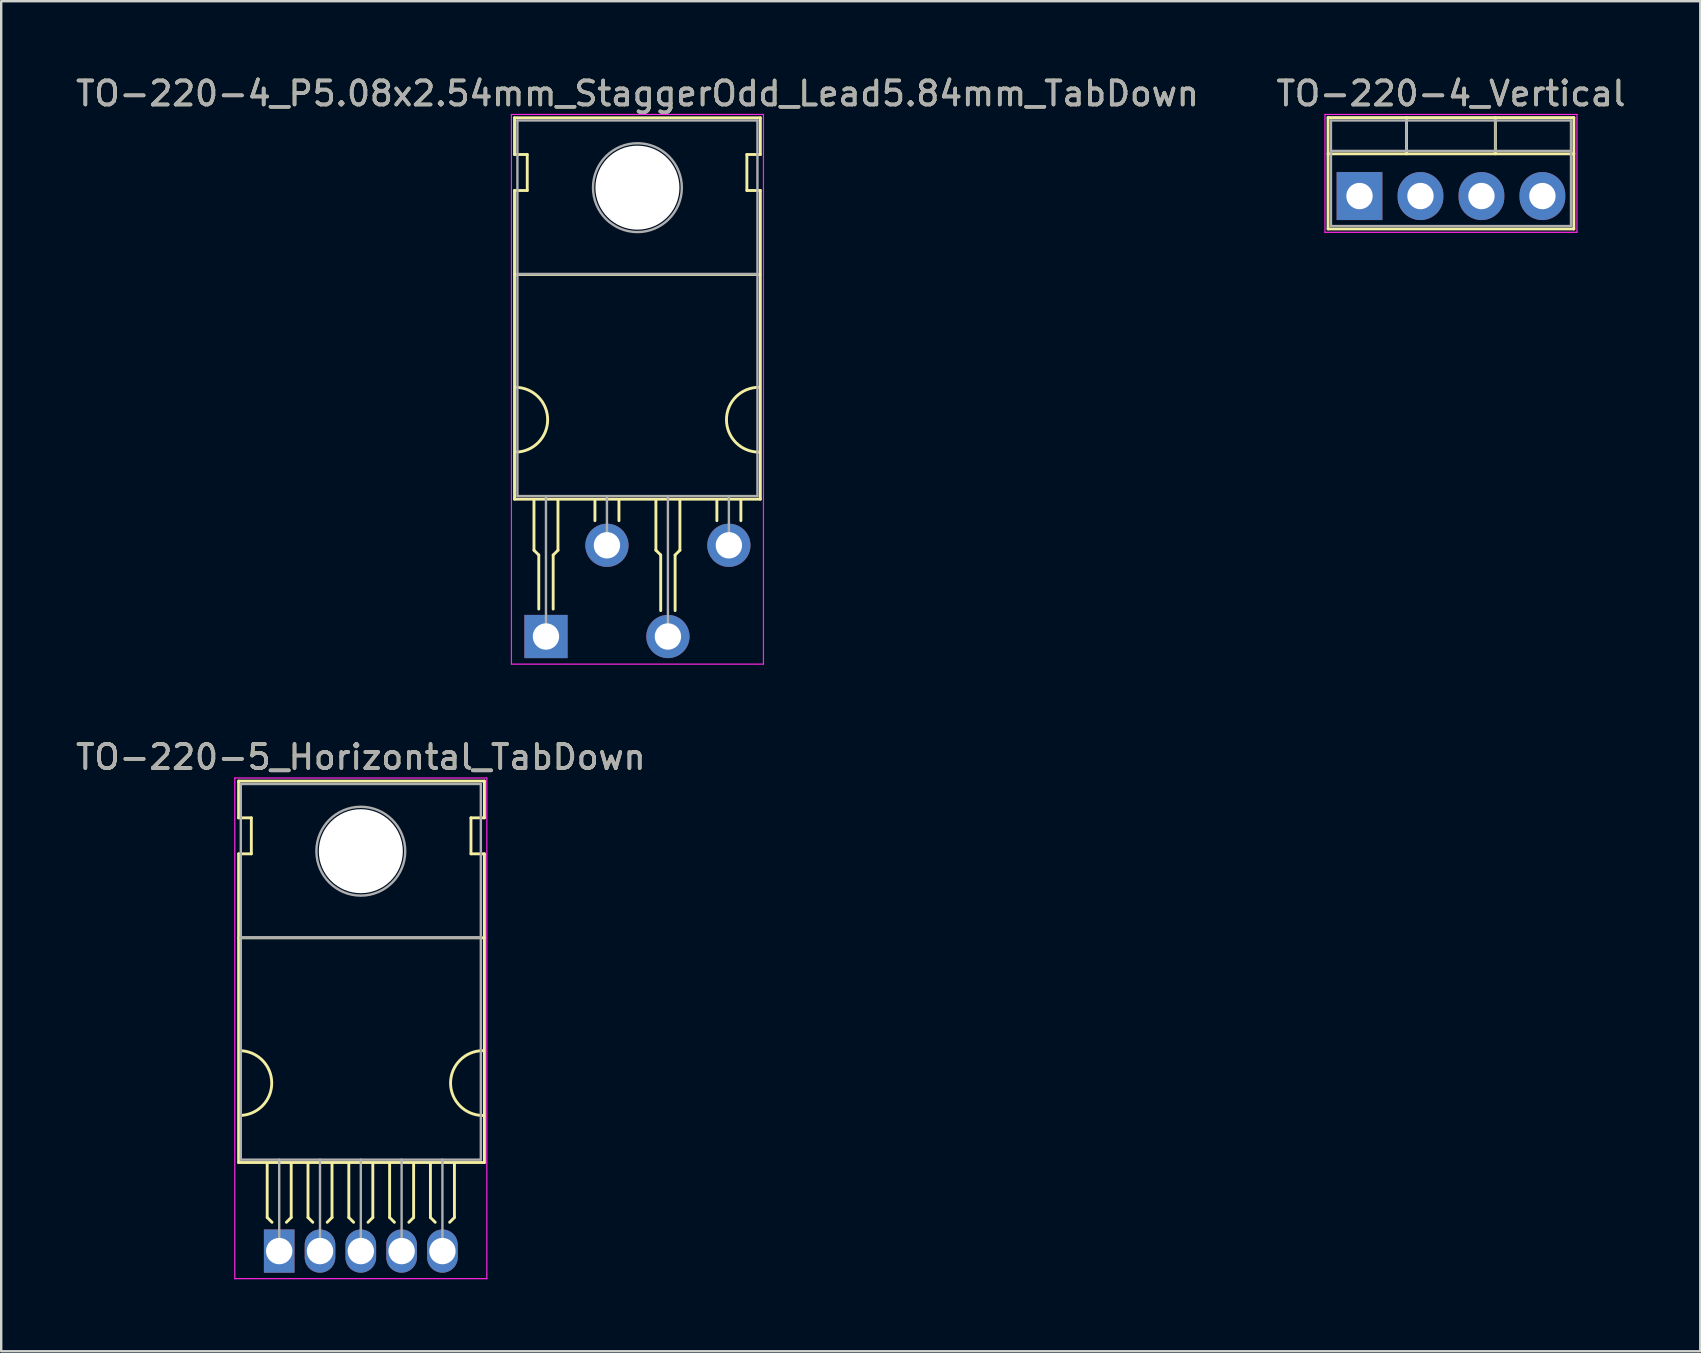
<source format=kicad_pcb>
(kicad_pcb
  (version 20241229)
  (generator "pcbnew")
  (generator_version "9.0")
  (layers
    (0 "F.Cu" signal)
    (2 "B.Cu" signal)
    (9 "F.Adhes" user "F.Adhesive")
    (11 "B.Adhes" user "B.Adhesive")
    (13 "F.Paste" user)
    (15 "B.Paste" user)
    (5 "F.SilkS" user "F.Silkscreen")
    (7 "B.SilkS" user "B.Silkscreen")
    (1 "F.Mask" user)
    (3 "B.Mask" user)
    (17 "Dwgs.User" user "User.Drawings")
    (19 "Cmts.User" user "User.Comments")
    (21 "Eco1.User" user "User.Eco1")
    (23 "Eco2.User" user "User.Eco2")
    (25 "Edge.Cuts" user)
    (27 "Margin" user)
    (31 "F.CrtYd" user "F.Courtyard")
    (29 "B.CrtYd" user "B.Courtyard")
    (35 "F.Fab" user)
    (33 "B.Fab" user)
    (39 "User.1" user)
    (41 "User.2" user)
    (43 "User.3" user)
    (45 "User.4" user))
  (footprint "TO-220-5_Horizontal_TabDown"
    (layer "F.Cu")
    (at 8.582 49.072)
    (property "Reference" "TO-220-5_Horizontal_TabDown" (at 3.4 -20.58 0) (layer "F.SilkS") (effects (font (size 1 1) (thickness 0.15))))
    (attr through_hole)
    (fp_line (start -1.691 -19.58) (end -1.691 -18.05) (stroke (width 0.12) (type solid)) (layer "F.SilkS"))
    (fp_line (start -1.691 -19.58) (end 8.549 -19.58) (stroke (width 0.12) (type solid)) (layer "F.SilkS"))
    (fp_line (start -1.691 -18.05) (end -1.161 -18.05) (stroke (width 0.12) (type solid)) (layer "F.SilkS"))
    (fp_line (start -1.691 -16.55) (end -1.691 -3.69) (stroke (width 0.12) (type solid)) (layer "F.SilkS"))
    (fp_line (start -1.691 -3.69) (end 8.549 -3.69) (stroke (width 0.12) (type solid)) (layer "F.SilkS"))
    (fp_line (start -1.686 -13.05) (end 8.539 -13.05) (stroke (width 0.12) (type solid)) (layer "F.SilkS"))
    (fp_line (start -1.161 -18.05) (end -1.161 -16.55) (stroke (width 0.12) (type solid)) (layer "F.SilkS"))
    (fp_line (start -1.161 -16.55) (end -1.686 -16.55) (stroke (width 0.12) (type solid)) (layer "F.SilkS"))
    (fp_line (start -0.5 -3.65) (end -0.5 -1.4) (stroke (width 0.12) (type solid)) (layer "F.SilkS"))
    (fp_line (start -0.5 -1.4) (end -0.3 -1.2) (stroke (width 0.12) (type solid)) (layer "F.SilkS"))
    (fp_line (start 0.5 -3.65) (end 0.5 -1.4) (stroke (width 0.12) (type solid)) (layer "F.SilkS"))
    (fp_line (start 0.5 -1.4) (end 0.3 -1.2) (stroke (width 0.12) (type solid)) (layer "F.SilkS"))
    (fp_line (start 1.2 -3.65) (end 1.2 -1.4) (stroke (width 0.12) (type solid)) (layer "F.SilkS"))
    (fp_line (start 1.2 -1.4) (end 1.4 -1.2) (stroke (width 0.12) (type solid)) (layer "F.SilkS"))
    (fp_line (start 2.2 -3.65) (end 2.2 -1.4) (stroke (width 0.12) (type solid)) (layer "F.SilkS"))
    (fp_line (start 2.2 -1.4) (end 2 -1.2) (stroke (width 0.12) (type solid)) (layer "F.SilkS"))
    (fp_line (start 2.9 -3.65) (end 2.9 -1.4) (stroke (width 0.12) (type solid)) (layer "F.SilkS"))
    (fp_line (start 2.9 -1.4) (end 3.1 -1.2) (stroke (width 0.12) (type solid)) (layer "F.SilkS"))
    (fp_line (start 3.9 -3.65) (end 3.9 -1.4) (stroke (width 0.12) (type solid)) (layer "F.SilkS"))
    (fp_line (start 3.9 -1.4) (end 3.7 -1.2) (stroke (width 0.12) (type solid)) (layer "F.SilkS"))
    (fp_line (start 4.6 -3.65) (end 4.6 -1.4) (stroke (width 0.12) (type solid)) (layer "F.SilkS"))
    (fp_line (start 4.6 -1.4) (end 4.8 -1.2) (stroke (width 0.12) (type solid)) (layer "F.SilkS"))
    (fp_line (start 5.6 -3.65) (end 5.6 -1.4) (stroke (width 0.12) (type solid)) (layer "F.SilkS"))
    (fp_line (start 5.6 -1.4) (end 5.4 -1.2) (stroke (width 0.12) (type solid)) (layer "F.SilkS"))
    (fp_line (start 6.3 -3.65) (end 6.3 -1.4) (stroke (width 0.12) (type solid)) (layer "F.SilkS"))
    (fp_line (start 6.3 -1.4) (end 6.5 -1.2) (stroke (width 0.12) (type solid)) (layer "F.SilkS"))
    (fp_line (start 7.3 -3.65) (end 7.3 -1.4) (stroke (width 0.12) (type solid)) (layer "F.SilkS"))
    (fp_line (start 7.3 -1.4) (end 7.1 -1.2) (stroke (width 0.12) (type solid)) (layer "F.SilkS"))
    (fp_line (start 7.989 -18.05) (end 8.549 -18.05) (stroke (width 0.12) (type solid)) (layer "F.SilkS"))
    (fp_line (start 7.989 -16.55) (end 7.989 -18.05) (stroke (width 0.12) (type solid)) (layer "F.SilkS"))
    (fp_line (start 8.549 -19.58) (end 8.549 -18.05) (stroke (width 0.12) (type solid)) (layer "F.SilkS"))
    (fp_line (start 8.549 -16.55) (end 7.989 -16.55) (stroke (width 0.12) (type solid)) (layer "F.SilkS"))
    (fp_line (start 8.549 -16.55) (end 8.549 -3.69) (stroke (width 0.12) (type solid)) (layer "F.SilkS"))
    (fp_arc (start -1.661 -8.35) (mid -0.311 -7) (end -1.661 -5.65) (stroke (width 0.12) (type solid)) (layer "F.SilkS"))
    (fp_arc (start 8.489 -5.65) (mid 7.139 -7) (end 8.489 -8.35) (stroke (width 0.12) (type solid)) (layer "F.SilkS"))
    (fp_line (start -1.85 -19.71) (end -1.85 1.15) (stroke (width 0.05) (type solid)) (layer "F.CrtYd"))
    (fp_line (start -1.85 1.15) (end 8.65 1.15) (stroke (width 0.05) (type solid)) (layer "F.CrtYd"))
    (fp_line (start 8.65 -19.71) (end -1.85 -19.71) (stroke (width 0.05) (type solid)) (layer "F.CrtYd"))
    (fp_line (start 8.65 1.15) (end 8.65 -19.71) (stroke (width 0.05) (type solid)) (layer "F.CrtYd"))
    (fp_line (start -1.6 -19.46) (end 8.4 -19.46) (stroke (width 0.1) (type solid)) (layer "F.Fab"))
    (fp_line (start -1.6 -13.06) (end -1.6 -19.46) (stroke (width 0.1) (type solid)) (layer "F.Fab"))
    (fp_line (start -1.6 -13.06) (end 8.4 -13.06) (stroke (width 0.1) (type solid)) (layer "F.Fab"))
    (fp_line (start -1.6 -3.81) (end -1.6 -13.06) (stroke (width 0.1) (type solid)) (layer "F.Fab"))
    (fp_line (start 0 -3.81) (end 0 0) (stroke (width 0.1) (type solid)) (layer "F.Fab"))
    (fp_line (start 1.7 -3.81) (end 1.7 0) (stroke (width 0.1) (type solid)) (layer "F.Fab"))
    (fp_line (start 3.4 -3.81) (end 3.4 0) (stroke (width 0.1) (type solid)) (layer "F.Fab"))
    (fp_line (start 5.1 -3.81) (end 5.1 0) (stroke (width 0.1) (type solid)) (layer "F.Fab"))
    (fp_line (start 6.8 -3.81) (end 6.8 0) (stroke (width 0.1) (type solid)) (layer "F.Fab"))
    (fp_line (start 8.4 -19.46) (end 8.4 -13.06) (stroke (width 0.1) (type solid)) (layer "F.Fab"))
    (fp_line (start 8.4 -13.06) (end -1.6 -13.06) (stroke (width 0.1) (type solid)) (layer "F.Fab"))
    (fp_line (start 8.4 -13.06) (end 8.4 -3.81) (stroke (width 0.1) (type solid)) (layer "F.Fab"))
    (fp_line (start 8.4 -3.81) (end -1.6 -3.81) (stroke (width 0.1) (type solid)) (layer "F.Fab"))
    (fp_circle (center 3.4 -16.66) (end 5.25 -16.66) (stroke (width 0.1) (type solid)) (fill no) (layer "F.Fab"))
    (fp_text user "${REFERENCE}" (at 3.4 -20.58 0) (layer "F.Fab") (effects (font (size 1 1) (thickness 0.15))))
    (pad "" np_thru_hole oval (at 3.4 -16.66) (size 3.5 3.5) (drill 3.5) (layers "*.Cu" "*.Mask"))
    (pad "1" thru_hole rect (at 0 0) (size 1.275 1.8) (drill 1.1) (layers "*.Cu" "*.Mask"))
    (pad "2" thru_hole oval (at 1.7 0) (size 1.275 1.8) (drill 1.1) (layers "*.Cu" "*.Mask"))
    (pad "3" thru_hole oval (at 3.4 0) (size 1.275 1.8) (drill 1.1) (layers "*.Cu" "*.Mask"))
    (pad "4" thru_hole oval (at 5.1 0) (size 1.275 1.8) (drill 1.1) (layers "*.Cu" "*.Mask"))
    (pad "5" thru_hole oval (at 6.8 0) (size 1.275 1.8) (drill 1.1) (layers "*.Cu" "*.Mask")))
  (footprint "TO-220-4_Vertical"
    (layer "F.Cu")
    (at 53.589 5.118)
    (property "Reference" "TO-220-4_Vertical" (at 3.81 -4.27 0) (layer "F.SilkS") (effects (font (size 1 1) (thickness 0.15))))
    (attr through_hole)
    (fp_line (start -1.31 -3.27) (end -1.31 1.371) (stroke (width 0.12) (type solid)) (layer "F.SilkS"))
    (fp_line (start -1.31 -3.27) (end 8.93 -3.27) (stroke (width 0.12) (type solid)) (layer "F.SilkS"))
    (fp_line (start -1.31 -1.76) (end 8.93 -1.76) (stroke (width 0.12) (type solid)) (layer "F.SilkS"))
    (fp_line (start -1.31 1.371) (end 8.93 1.371) (stroke (width 0.12) (type solid)) (layer "F.SilkS"))
    (fp_line (start 1.96 -3.27) (end 1.96 -1.76) (stroke (width 0.12) (type solid)) (layer "F.SilkS"))
    (fp_line (start 5.66 -3.27) (end 5.66 -1.76) (stroke (width 0.12) (type solid)) (layer "F.SilkS"))
    (fp_line (start 8.93 -3.27) (end 8.93 1.371) (stroke (width 0.12) (type solid)) (layer "F.SilkS"))
    (fp_line (start -1.44 -3.4) (end -1.44 1.51) (stroke (width 0.05) (type solid)) (layer "F.CrtYd"))
    (fp_line (start -1.44 1.51) (end 9.06 1.51) (stroke (width 0.05) (type solid)) (layer "F.CrtYd"))
    (fp_line (start 9.06 -3.4) (end -1.44 -3.4) (stroke (width 0.05) (type solid)) (layer "F.CrtYd"))
    (fp_line (start 9.06 1.51) (end 9.06 -3.4) (stroke (width 0.05) (type solid)) (layer "F.CrtYd"))
    (fp_line (start -1.19 -3.15) (end -1.19 1.25) (stroke (width 0.1) (type solid)) (layer "F.Fab"))
    (fp_line (start -1.19 -1.88) (end 8.81 -1.88) (stroke (width 0.1) (type solid)) (layer "F.Fab"))
    (fp_line (start -1.19 1.25) (end 8.81 1.25) (stroke (width 0.1) (type solid)) (layer "F.Fab"))
    (fp_line (start 1.96 -3.15) (end 1.96 -1.88) (stroke (width 0.1) (type solid)) (layer "F.Fab"))
    (fp_line (start 5.66 -3.15) (end 5.66 -1.88) (stroke (width 0.1) (type solid)) (layer "F.Fab"))
    (fp_line (start 8.81 -3.15) (end -1.19 -3.15) (stroke (width 0.1) (type solid)) (layer "F.Fab"))
    (fp_line (start 8.81 1.25) (end 8.81 -3.15) (stroke (width 0.1) (type solid)) (layer "F.Fab"))
    (fp_text user "${REFERENCE}" (at 3.81 -4.27 0) (layer "F.Fab") (effects (font (size 1 1) (thickness 0.15))))
    (pad "1" thru_hole rect (at 0 0) (size 1.905 2) (drill 1.1) (layers "*.Cu" "*.Mask"))
    (pad "2" thru_hole oval (at 2.54 0) (size 1.905 2) (drill 1.1) (layers "*.Cu" "*.Mask"))
    (pad "3" thru_hole oval (at 5.08 0) (size 1.905 2) (drill 1.1) (layers "*.Cu" "*.Mask"))
    (pad "4" thru_hole oval (at 7.62 0) (size 1.905 2) (drill 1.1) (layers "*.Cu" "*.Mask")))
  (footprint "TO-220-4_P5.08x2.54mm_StaggerOdd_Lead5.84mm_TabDown"
    (layer "F.Cu")
    (at 19.696 23.468)
    (property "Reference" "TO-220-4_P5.08x2.54mm_StaggerOdd_Lead5.84mm_TabDown" (at 3.81 -22.62 0) (layer "F.SilkS") (effects (font (size 1 1) (thickness 0.15))))
    (attr through_hole)
    (fp_line (start -1.31 -21.612) (end -1.31 -20.082) (stroke (width 0.12) (type solid)) (layer "F.SilkS"))
    (fp_line (start -1.31 -21.612) (end 8.93 -21.612) (stroke (width 0.12) (type solid)) (layer "F.SilkS"))
    (fp_line (start -1.31 -20.082) (end -0.78 -20.082) (stroke (width 0.12) (type solid)) (layer "F.SilkS"))
    (fp_line (start -1.31 -18.582) (end -1.31 -5.722) (stroke (width 0.12) (type solid)) (layer "F.SilkS"))
    (fp_line (start -1.31 -5.722) (end 8.93 -5.722) (stroke (width 0.12) (type solid)) (layer "F.SilkS"))
    (fp_line (start -1.305 -15.082) (end 8.92 -15.082) (stroke (width 0.12) (type solid)) (layer "F.SilkS"))
    (fp_line (start -0.78 -20.082) (end -0.78 -18.582) (stroke (width 0.12) (type solid)) (layer "F.SilkS"))
    (fp_line (start -0.78 -18.582) (end -1.305 -18.582) (stroke (width 0.12) (type solid)) (layer "F.SilkS"))
    (fp_line (start -0.5 -5.696) (end -0.5 -3.595) (stroke (width 0.12) (type solid)) (layer "F.SilkS"))
    (fp_line (start -0.5 -3.595) (end -0.3 -3.396) (stroke (width 0.12) (type solid)) (layer "F.SilkS"))
    (fp_line (start -0.3 -3.396) (end -0.3 -1.143) (stroke (width 0.12) (type solid)) (layer "F.SilkS"))
    (fp_line (start 0.3 -3.396) (end 0.3 -1.143) (stroke (width 0.12) (type solid)) (layer "F.SilkS"))
    (fp_line (start 0.5 -5.696) (end 0.5 -3.595) (stroke (width 0.12) (type solid)) (layer "F.SilkS"))
    (fp_line (start 0.5 -3.595) (end 0.3 -3.396) (stroke (width 0.12) (type solid)) (layer "F.SilkS"))
    (fp_line (start 2.04 -5.696) (end 2.04 -4.826) (stroke (width 0.12) (type solid)) (layer "F.SilkS"))
    (fp_line (start 3.04 -5.696) (end 3.04 -4.826) (stroke (width 0.12) (type solid)) (layer "F.SilkS"))
    (fp_line (start 4.58 -5.696) (end 4.58 -3.595) (stroke (width 0.12) (type solid)) (layer "F.SilkS"))
    (fp_line (start 4.58 -3.595) (end 4.78 -3.396) (stroke (width 0.12) (type solid)) (layer "F.SilkS"))
    (fp_line (start 4.78 -3.396) (end 4.78 -1.079) (stroke (width 0.12) (type solid)) (layer "F.SilkS"))
    (fp_line (start 5.38 -3.396) (end 5.38 -1.079) (stroke (width 0.12) (type solid)) (layer "F.SilkS"))
    (fp_line (start 5.58 -5.696) (end 5.58 -3.595) (stroke (width 0.12) (type solid)) (layer "F.SilkS"))
    (fp_line (start 5.58 -3.595) (end 5.38 -3.396) (stroke (width 0.12) (type solid)) (layer "F.SilkS"))
    (fp_line (start 7.12 -5.696) (end 7.12 -4.826) (stroke (width 0.12) (type solid)) (layer "F.SilkS"))
    (fp_line (start 8.12 -5.696) (end 8.12 -4.826) (stroke (width 0.12) (type solid)) (layer "F.SilkS"))
    (fp_line (start 8.37 -20.082) (end 8.93 -20.082) (stroke (width 0.12) (type solid)) (layer "F.SilkS"))
    (fp_line (start 8.37 -18.582) (end 8.37 -20.082) (stroke (width 0.12) (type solid)) (layer "F.SilkS"))
    (fp_line (start 8.93 -21.612) (end 8.93 -20.082) (stroke (width 0.12) (type solid)) (layer "F.SilkS"))
    (fp_line (start 8.93 -18.582) (end 8.37 -18.582) (stroke (width 0.12) (type solid)) (layer "F.SilkS"))
    (fp_line (start 8.93 -18.582) (end 8.93 -5.722) (stroke (width 0.12) (type solid)) (layer "F.SilkS"))
    (fp_arc (start -1.28 -10.382) (mid 0.07 -9.032) (end -1.28 -7.682) (stroke (width 0.12) (type solid)) (layer "F.SilkS"))
    (fp_arc (start 8.87 -7.682) (mid 7.52 -9.032) (end 8.87 -10.382) (stroke (width 0.12) (type solid)) (layer "F.SilkS"))
    (fp_line (start -1.44 -21.75) (end -1.44 1.15) (stroke (width 0.05) (type solid)) (layer "F.CrtYd"))
    (fp_line (start -1.44 1.15) (end 9.06 1.15) (stroke (width 0.05) (type solid)) (layer "F.CrtYd"))
    (fp_line (start 9.06 -21.75) (end -1.44 -21.75) (stroke (width 0.05) (type solid)) (layer "F.CrtYd"))
    (fp_line (start 9.06 1.15) (end 9.06 -21.75) (stroke (width 0.05) (type solid)) (layer "F.CrtYd"))
    (fp_line (start -1.19 -21.5) (end 8.81 -21.5) (stroke (width 0.1) (type solid)) (layer "F.Fab"))
    (fp_line (start -1.19 -15.1) (end -1.19 -21.5) (stroke (width 0.1) (type solid)) (layer "F.Fab"))
    (fp_line (start -1.19 -15.1) (end 8.81 -15.1) (stroke (width 0.1) (type solid)) (layer "F.Fab"))
    (fp_line (start -1.19 -5.85) (end -1.19 -15.1) (stroke (width 0.1) (type solid)) (layer "F.Fab"))
    (fp_line (start 0 -5.85) (end 0 0) (stroke (width 0.1) (type solid)) (layer "F.Fab"))
    (fp_line (start 2.54 -5.85) (end 2.54 -3.8) (stroke (width 0.1) (type solid)) (layer "F.Fab"))
    (fp_line (start 5.08 -5.85) (end 5.08 0) (stroke (width 0.1) (type solid)) (layer "F.Fab"))
    (fp_line (start 7.62 -5.85) (end 7.62 -3.8) (stroke (width 0.1) (type solid)) (layer "F.Fab"))
    (fp_line (start 8.81 -21.5) (end 8.81 -15.1) (stroke (width 0.1) (type solid)) (layer "F.Fab"))
    (fp_line (start 8.81 -15.1) (end -1.19 -15.1) (stroke (width 0.1) (type solid)) (layer "F.Fab"))
    (fp_line (start 8.81 -15.1) (end 8.81 -5.85) (stroke (width 0.1) (type solid)) (layer "F.Fab"))
    (fp_line (start 8.81 -5.85) (end -1.19 -5.85) (stroke (width 0.1) (type solid)) (layer "F.Fab"))
    (fp_circle (center 3.81 -18.7) (end 5.66 -18.7) (stroke (width 0.1) (type solid)) (fill no) (layer "F.Fab"))
    (fp_text user "${REFERENCE}" (at 3.81 -22.62 0) (layer "F.Fab") (effects (font (size 1 1) (thickness 0.15))))
    (pad "" np_thru_hole oval (at 3.81 -18.7) (size 3.5 3.5) (drill 3.5) (layers "*.Cu" "*.Mask"))
    (pad "1" thru_hole rect (at 0 0) (size 1.8 1.8) (drill 1.1) (layers "*.Cu" "*.Mask"))
    (pad "2" thru_hole oval (at 2.54 -3.8) (size 1.8 1.8) (drill 1.1) (layers "*.Cu" "*.Mask"))
    (pad "3" thru_hole oval (at 5.08 0) (size 1.8 1.8) (drill 1.1) (layers "*.Cu" "*.Mask"))
    (pad "4" thru_hole oval (at 7.62 -3.8) (size 1.8 1.8) (drill 1.1) (layers "*.Cu" "*.Mask")))
  (gr_rect
    (start -3 -3)
    (end 67.786 53.246)
    (stroke (width 0.1) (type default))
    (fill no)
    (layer "Edge.Cuts")))
</source>
